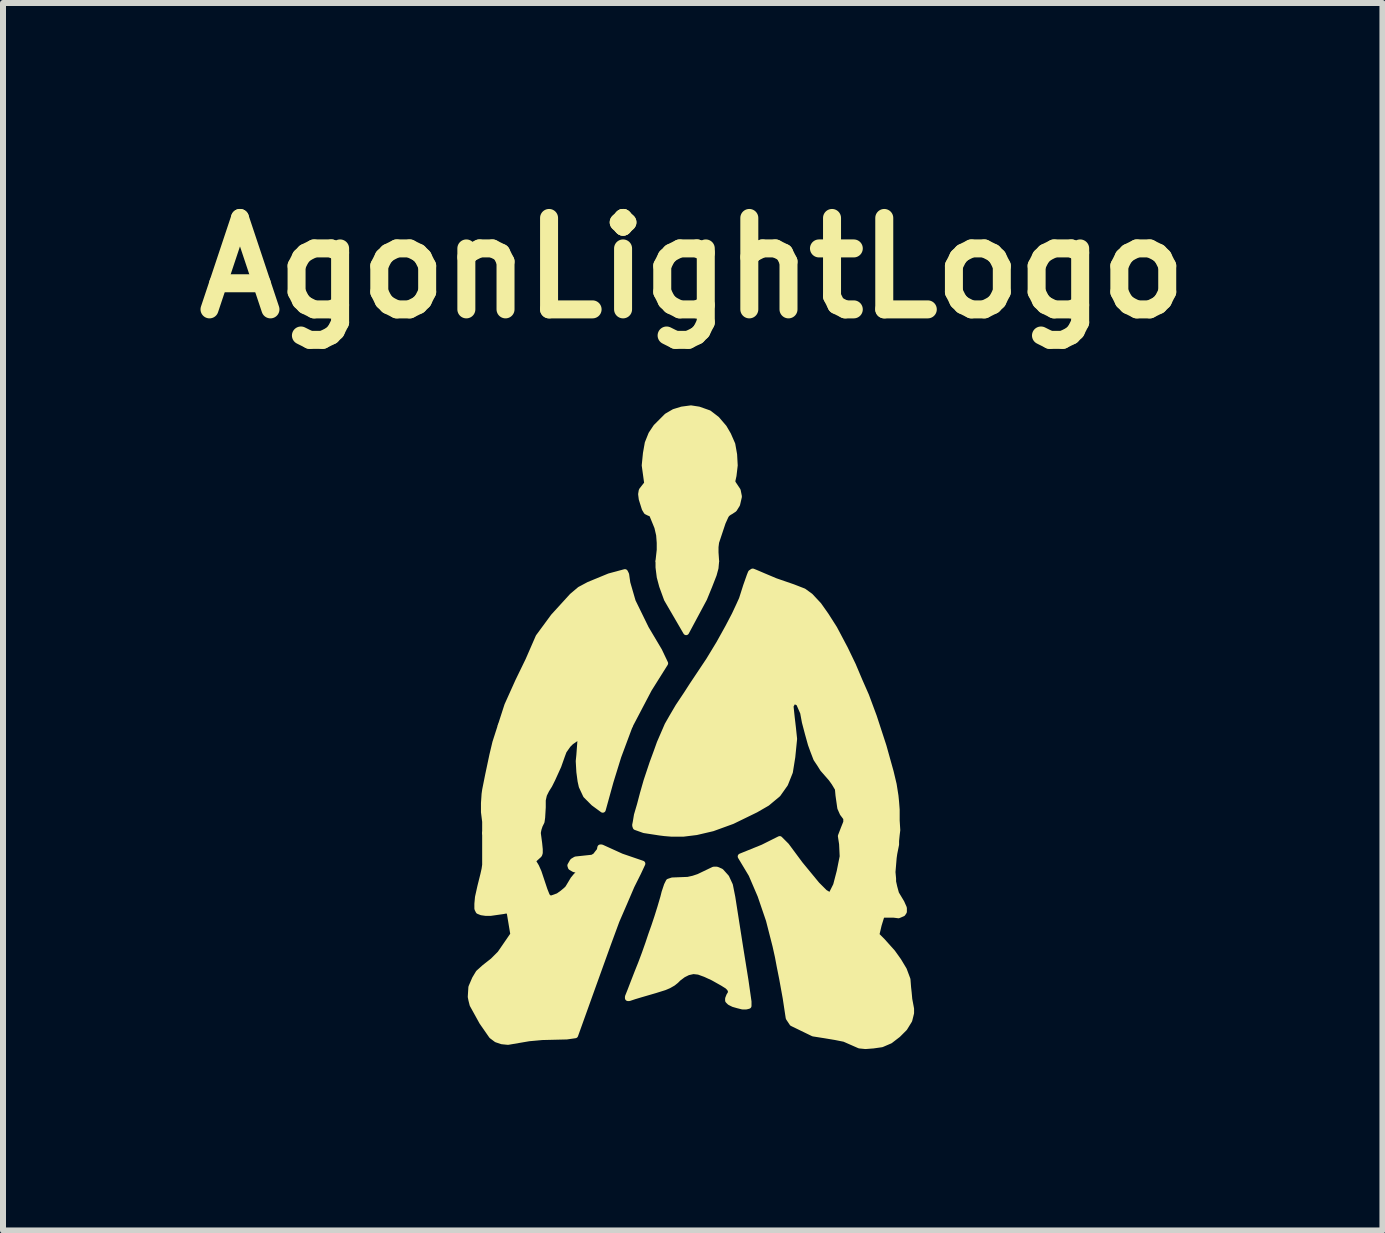
<source format=kicad_pcb>
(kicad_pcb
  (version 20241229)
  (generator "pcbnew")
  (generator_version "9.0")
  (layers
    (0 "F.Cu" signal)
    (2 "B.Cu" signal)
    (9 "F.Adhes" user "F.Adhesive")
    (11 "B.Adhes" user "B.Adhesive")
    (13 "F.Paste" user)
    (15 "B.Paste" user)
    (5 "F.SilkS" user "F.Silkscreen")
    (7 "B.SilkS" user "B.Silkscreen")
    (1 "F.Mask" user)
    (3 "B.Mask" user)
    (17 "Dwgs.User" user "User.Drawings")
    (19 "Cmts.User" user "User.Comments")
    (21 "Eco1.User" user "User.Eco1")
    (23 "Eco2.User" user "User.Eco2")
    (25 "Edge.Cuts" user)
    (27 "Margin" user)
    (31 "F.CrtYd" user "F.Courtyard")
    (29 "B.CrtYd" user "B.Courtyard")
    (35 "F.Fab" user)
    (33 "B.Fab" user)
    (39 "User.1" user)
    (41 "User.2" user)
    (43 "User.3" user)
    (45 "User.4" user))
  (footprint "AgonLightLogo"
    (layer "F.Cu")
    (at 8.498 9.038)
    (property "Reference" "AgonLightLogo" (at 0 -7.62 0) (layer "F.SilkS") (effects (font (size 1.524 1.524) (thickness 0.3))))
    (attr board_only exclude_from_pos_files exclude_from_bom allow_missing_courtyard)
    (fp_poly (pts (xy -0.57 -2.725) (xy -0.57 -2.63) (xy -0.55 -2.47) (xy -0.51 -2.32) (xy -0.43 -2.1) (xy -0.11 -1.55) (xy 0.19 -2.11) (xy 0.28 -2.33) (xy 0.35 -2.51) (xy 0.38 -2.62) (xy 0.39 -2.735)) (stroke (width 0.1) (type solid)) (fill yes) (layer "F.SilkS"))
    (fp_poly (pts (xy -1.13 -2.55) (xy -1.11 -2.51) (xy -1.09 -2.37) (xy -1 -2.06) (xy -0.78 -1.61) (xy -0.56 -1.24) (xy -0.46 -1.03) (xy -0.73 -0.6) (xy -1.05 0.01) (xy -3.2 0.01) (xy -3.09 -0.33) (xy -2.91 -0.73) (xy -2.74 -1.08) (xy -2.57 -1.47) (xy -2.32 -1.81) (xy -2.01 -2.15) (xy -1.88 -2.26) (xy -1.73 -2.34) (xy -1.39 -2.48)) (stroke (width 0.1) (type solid)) (fill yes) (layer "F.SilkS"))
    (fp_poly (pts (xy -0.76 -4.04) (xy -0.8 -4.33) (xy -0.78 -4.53) (xy -0.75 -4.7) (xy -0.69 -4.85) (xy -0.61 -4.97) (xy -0.43 -5.15) (xy -0.31 -5.22) (xy -0.18 -5.26) (xy -0.03 -5.28) (xy 0.1 -5.26) (xy 0.27 -5.2) (xy 0.4 -5.1) (xy 0.52 -4.96) (xy 0.59 -4.84) (xy 0.66 -4.68) (xy 0.69 -4.51) (xy 0.7 -4.33) (xy 0.68 -4.16) (xy 0.66 -4.07)) (stroke (width 0.1) (type solid)) (fill yes) (layer "F.SilkS"))
    (fp_poly (pts (xy -2.58 1.82) (xy -2.56 1.97) (xy -2.55 2.07) (xy -2.55 2.13) (xy -2.56 2.16) (xy -2.67 2.26) (xy -2.61 2.36) (xy -2.57 2.45) (xy -2.52 2.6) (xy -2.47 2.75) (xy -2.43 2.85) (xy -2.38 2.9) (xy -3.06 3.1) (xy -3.11 3.09) (xy -3.16 3.1) (xy -3.37 3.13) (xy -3.45 3.13) (xy -3.52 3.12) (xy -3.57 3.1) (xy -3.59 3.06) (xy -3.59 2.98) (xy -3.58 2.87) (xy -3.54 2.69) (xy -3.49 2.49) (xy -3.47 2.4) (xy -3.46 2.33) (xy -3.46 2.12) (xy -3.46 1.8)) (stroke (width 0.1) (type solid)) (fill yes) (layer "F.SilkS"))
    (fp_poly (pts (xy -0.78 -4) (xy -0.85 -3.91) (xy -0.86 -3.85) (xy -0.85 -3.77) (xy -0.8 -3.61) (xy -0.77 -3.56) (xy -0.73 -3.54) (xy -0.68 -3.52) (xy -0.59 -3.3) (xy -0.56 -3.17) (xy -0.55 -3.04) (xy -0.55 -2.92) (xy -0.57 -2.74) (xy 0.39 -2.73) (xy 0.38 -2.88) (xy 0.38 -2.97) (xy 0.39 -3.05) (xy 0.41 -3.11) (xy 0.5 -3.38) (xy 0.55 -3.49) (xy 0.57 -3.52) (xy 0.61 -3.55) (xy 0.63 -3.56) (xy 0.69 -3.6) (xy 0.74 -3.68) (xy 0.77 -3.81) (xy 0.75 -3.91) (xy 0.67 -4.03)) (stroke (width 0.1) (type solid)) (fill yes) (layer "F.SilkS"))
    (fp_poly (pts (xy -1.05 0.01) (xy -1.24 0.52) (xy -1.37 0.94) (xy -1.5 1.41) (xy -1.65 1.3) (xy -1.78 1.17) (xy -1.85 1.02) (xy -1.87 0.93) (xy -1.89 0.78) (xy -1.9 0.6) (xy -1.89 0.5) (xy -1.87 0.23) (xy -1.87 0.19) (xy -1.9 0.19) (xy -2.03 0.28) (xy -2.08 0.33) (xy -2.15 0.43) (xy -2.18 0.51) (xy -2.24 0.68) (xy -2.34 0.9) (xy -2.39 1) (xy -2.44 1.08) (xy -2.48 1.16) (xy -2.5 1.25) (xy -2.5 1.37) (xy -2.51 1.54) (xy -2.52 1.61) (xy -2.55 1.67) (xy -2.57 1.73) (xy -2.58 1.78) (xy -3.46 1.8) (xy -3.46 1.61) (xy -3.48 1.45) (xy -3.48 1.3) (xy -3.47 1.15) (xy -3.46 1.08) (xy -3.41 0.83) (xy -3.34 0.5) (xy -3.29 0.29) (xy -3.2 0.01)) (stroke (width 0.1) (type solid)) (fill yes) (layer "F.SilkS"))
    (fp_poly (pts (xy -2.38 2.9) (xy -2.24 2.85) (xy -2.17 2.8) (xy -2.11 2.75) (xy -2.08 2.72) (xy -1.99 2.57) (xy -1.94 2.51) (xy -1.87 2.46) (xy -1.87 2.43) (xy -1.98 2.4) (xy -2.03 2.37) (xy -2.04 2.34) (xy -2 2.27) (xy -1.95 2.24) (xy -1.67 2.21) (xy -1.62 2.18) (xy -1.59 2.14) (xy -1.55 2.09) (xy -1.54 2.04) (xy -1.52 2.04) (xy -1.19 2.19) (xy -0.84 2.31) (xy -0.91 2.46) (xy -1.02 2.68) (xy -1.14 2.96) (xy -1.27 3.26) (xy -1.41 3.64) (xy -1.68 4.39) (xy -1.96 5.17) (xy -2.1 5.19) (xy -2.51 5.2) (xy -2.73 5.22) (xy -3.08 5.28) (xy -3.18 5.27) (xy -3.27 5.24) (xy -3.35 5.18) (xy -3.51 4.95) (xy -3.67 4.66) (xy -3.69 4.58) (xy -3.7 4.53) (xy -3.69 4.37) (xy -3.63 4.23) (xy -3.57 4.13) (xy -3.47 4.04) (xy -3.33 3.93) (xy -3.21 3.81) (xy -2.99 3.49) (xy -3.05 3.13)) (stroke (width 0.1) (type solid)) (fill yes) (layer "F.SilkS"))
    (fp_poly (pts (xy -0.4 2.61) (xy -0.34 2.59) (xy -0.08 2.58) (xy 0.01 2.56) (xy 0.1 2.53) (xy 0.35 2.41) (xy 0.4 2.41) (xy 0.47 2.44) (xy 0.56 2.54) (xy 0.62 2.67) (xy 0.66 2.87) (xy 0.79 3.7) (xy 0.88 4.26) (xy 0.93 4.61) (xy 0.93 4.64) (xy 0.93 4.68) (xy 0.89 4.69) (xy 0.83 4.69) (xy 0.75 4.67) (xy 0.68 4.65) (xy 0.62 4.62) (xy 0.59 4.59) (xy 0.59 4.56) (xy 0.61 4.51) (xy 0.63 4.48) (xy 0.64 4.44) (xy 0.62 4.39) (xy 0.58 4.35) (xy 0.5 4.3) (xy 0.34 4.21) (xy 0.21 4.15) (xy 0.1 4.11) (xy 0.01 4.1) (xy -0.08 4.12) (xy -0.16 4.16) (xy -0.24 4.22) (xy -0.28 4.26) (xy -0.33 4.3) (xy -0.4 4.34) (xy -0.47 4.37) (xy -0.63 4.42) (xy -0.87 4.49) (xy -0.97 4.52) (xy -1.06 4.55) (xy -1.08 4.55) (xy -1.08 4.53) (xy -1.04 4.43) (xy -0.99 4.3) (xy -0.92 4.12) (xy -0.86 3.97) (xy -0.8 3.81) (xy -0.74 3.64) (xy -0.69 3.49) (xy -0.64 3.35) (xy -0.59 3.2) (xy -0.54 3.04) (xy -0.49 2.87) (xy -0.47 2.79) (xy -0.45 2.73) (xy -0.43 2.67) (xy -0.41 2.63)) (stroke (width 0.1) (type solid)) (fill yes) (layer "F.SilkS"))
    (fp_poly (pts (xy 1.05 1.41) (xy 1.24 1.3) (xy 1.42 1.15) (xy 1.54 0.98) (xy 1.62 0.78) (xy 1.66 0.53) (xy 1.69 0.23) (xy 1.67 0.04) (xy 1.65 -0.13) (xy 1.63 -0.32) (xy 1.68 -0.41) (xy 1.77 -0.37) (xy 1.84 -0.21) (xy 1.87 -0.05) (xy 1.92 0.14) (xy 1.97 0.32) (xy 2.01 0.43) (xy 2.06 0.56) (xy 2.12 0.65) (xy 2.17 0.73) (xy 2.24 0.81) (xy 2.31 0.89) (xy 2.36 0.96) (xy 2.42 1.06) (xy 2.43 1.17) (xy 2.46 1.38) (xy 2.5 1.47) (xy 2.56 1.55) (xy 2.56 1.62) (xy 2.52 1.72) (xy 2.47 1.85) (xy 2.49 1.98) (xy 2.5 2.19) (xy 2.45 2.44) (xy 2.39 2.67) (xy 2.3 2.85) (xy 2.2 2.79) (xy 2.07 2.66) (xy 1.79 2.32) (xy 1.56 2.01) (xy 1.45 1.9) (xy 1.17 2.04) (xy 0.8 2.19) (xy 0.98 2.49) (xy 1.13 2.84) (xy 1.27 3.25) (xy 1.38 3.68) (xy 1.42 3.86) (xy 1.45 4.02) (xy 1.49 4.22) (xy 1.55 4.55) (xy 1.6 4.88) (xy 1.66 4.97) (xy 2.01 5.14) (xy 2.2 5.17) (xy 2.38 5.2) (xy 2.53 5.23) (xy 2.78 5.34) (xy 2.88 5.35) (xy 3.01 5.34) (xy 3.15 5.32) (xy 3.29 5.26) (xy 3.42 5.16) (xy 3.53 5.05) (xy 3.61 4.92) (xy 3.64 4.8) (xy 3.64 4.73) (xy 3.61 4.57) (xy 3.6 4.46) (xy 3.59 4.37) (xy 3.58 4.24) (xy 3.52 4.08) (xy 3.43 3.93) (xy 3.33 3.79) (xy 3.16 3.6) (xy 3.06 3.5) (xy 3.1 3.33) (xy 3.14 3.2) (xy 3.16 3.16) (xy 3.2 3.16) (xy 3.26 3.16) (xy 3.35 3.16) (xy 3.43 3.17) (xy 3.5 3.14) (xy 3.52 3.11) (xy 3.52 3.05) (xy 3.48 2.96) (xy 3.42 2.86) (xy 3.39 2.81) (xy 3.36 2.7) (xy 3.34 2.61) (xy 3.34 2.56) (xy 3.33 2.45) (xy 3.34 2.33) (xy 3.35 2.21) (xy 3.36 2.14) (xy 3.39 1.99) (xy 3.39 1.93) (xy 3.4 1.83) (xy 3.41 1.75) (xy 3.4 1.59) (xy 3.4 1.41) (xy 3.39 1.28) (xy 3.38 1.18) (xy 3.35 0.99) (xy 3.3 0.78) (xy 3.18 0.35) (xy 3.02 -0.14) (xy 2.89 -0.49) (xy 2.78 -0.74) (xy 2.67 -1) (xy 2.54 -1.27) (xy 2.36 -1.61) (xy 2.22 -1.83) (xy 2.1 -2) (xy 1.96 -2.15) (xy 1.85 -2.23) (xy 1.67 -2.3) (xy 1.38 -2.4) (xy 1.19 -2.48) (xy 1.05 -2.54) (xy 1 -2.56) (xy 0.97 -2.54) (xy 0.95 -2.49) (xy 0.89 -2.32) (xy 0.82 -2.1) (xy 0.77 -1.99) (xy 0.7 -1.84) (xy 0.59 -1.63) (xy 0.44 -1.36) (xy 0.27 -1.08) (xy 0.11 -0.84) (xy -0.01 -0.66) (xy -0.1 -0.52) (xy -0.24 -0.31) (xy -0.34 -0.14) (xy -0.42 0) (xy -0.55 0.3) (xy -0.6 0.44) (xy -0.67 0.63) (xy -0.77 0.93) (xy -0.83 1.14) (xy -0.88 1.33) (xy -0.93 1.5) (xy -0.95 1.62) (xy -0.96 1.67) (xy -0.95 1.7) (xy -0.81 1.75) (xy -0.55 1.79) (xy -0.47 1.8) (xy -0.35 1.81) (xy -0.16 1.81) (xy 0.06 1.783) (xy 0.33 1.72) (xy 0.66 1.6)) (stroke (width 0.1) (type solid)) (fill yes) (layer "F.SilkS"))
    (fp_poly (pts (xy 3.789 5.419) (xy -3.768 5.419) (xy -3.768 4.509) (xy -3.704 4.509) (xy -3.702 4.563) (xy -3.693 4.612) (xy -3.674 4.666) (xy -3.64 4.734) (xy -3.588 4.826) (xy -3.577 4.846) (xy -3.488 4.995) (xy -3.411 5.11) (xy -3.34 5.193) (xy -3.268 5.247) (xy -3.19 5.277) (xy -3.099 5.284) (xy -2.989 5.273) (xy -2.853 5.247) (xy -2.826 5.241) (xy -2.73 5.225) (xy -2.607 5.213) (xy -2.47 5.207) (xy -2.413 5.206) (xy -2.301 5.204) (xy -2.196 5.2) (xy -2.109 5.195) (xy -2.055 5.19) (xy -1.962 5.175) (xy -1.84 4.847) (xy -1.796 4.729) (xy -1.742 4.582) (xy -1.729 4.545) (xy -1.094 4.545) (xy -1.09 4.558) (xy -1.056 4.553) (xy -1.013 4.539) (xy -0.954 4.519) (xy -0.867 4.493) (xy -0.765 4.464) (xy -0.691 4.443) (xy -0.564 4.407) (xy -0.467 4.375) (xy -0.392 4.342) (xy -0.328 4.304) (xy -0.266 4.255) (xy -0.226 4.22) (xy -0.148 4.159) (xy -0.073 4.121) (xy 0.007 4.106) (xy 0.096 4.116) (xy 0.2 4.149) (xy 0.326 4.208) (xy 0.478 4.294) (xy 0.492 4.302) (xy 0.574 4.354) (xy 0.62 4.398) (xy 0.634 4.44) (xy 0.62 4.487) (xy 0.601 4.519) (xy 0.582 4.563) (xy 0.583 4.594) (xy 0.619 4.625) (xy 0.68 4.654) (xy 0.755 4.679) (xy 0.831 4.695) (xy 0.894 4.7) (xy 0.933 4.69) (xy 0.935 4.688) (xy 0.938 4.684) (xy 0.939 4.675) (xy 0.939 4.657) (xy 0.936 4.627) (xy 0.93 4.581) (xy 0.921 4.516) (xy 0.908 4.427) (xy 0.89 4.311) (xy 0.867 4.164) (xy 0.838 3.982) (xy 0.807 3.789) (xy 0.78 3.616) (xy 0.754 3.448) (xy 0.73 3.292) (xy 0.709 3.154) (xy 0.692 3.042) (xy 0.68 2.962) (xy 0.678 2.942) (xy 0.65 2.777) (xy 0.615 2.647) (xy 0.57 2.548) (xy 0.526 2.487) (xy 0.463 2.428) (xy 0.401 2.403) (xy 0.331 2.412) (xy 0.244 2.452) (xy 0.224 2.464) (xy 0.088 2.531) (xy -0.059 2.569) (xy -0.228 2.582) (xy -0.243 2.582) (xy -0.337 2.588) (xy -0.395 2.603) (xy -0.407 2.612) (xy -0.424 2.643) (xy -0.448 2.707) (xy -0.475 2.792) (xy -0.496 2.871) (xy -0.53 2.989) (xy -0.576 3.139) (xy -0.634 3.313) (xy -0.699 3.503) (xy -0.769 3.703) (xy -0.842 3.904) (xy -0.915 4.1) (xy -0.986 4.282) (xy -1.05 4.443) (xy -1.094 4.545) (xy -1.729 4.545) (xy -1.683 4.417) (xy -1.621 4.245) (xy -1.562 4.078) (xy -1.538 4.011) (xy -1.448 3.756) (xy -1.368 3.536) (xy -1.295 3.343) (xy -1.228 3.173) (xy -1.164 3.018) (xy -1.1 2.873) (xy -1.034 2.73) (xy -0.987 2.632) (xy -0.829 2.311) (xy -1.008 2.255) (xy -1.116 2.217) (xy -1.236 2.168) (xy -1.348 2.117) (xy -1.366 2.107) (xy -1.451 2.065) (xy -1.506 2.042) (xy -1.535 2.036) (xy -1.545 2.047) (xy -1.545 2.05) (xy -1.558 2.089) (xy -1.589 2.139) (xy -1.596 2.148) (xy -1.625 2.18) (xy -1.658 2.2) (xy -1.706 2.213) (xy -1.782 2.221) (xy -1.811 2.224) (xy -1.899 2.233) (xy -1.956 2.245) (xy -1.993 2.264) (xy -2.015 2.286) (xy -2.044 2.336) (xy -2.036 2.375) (xy -1.989 2.404) (xy -1.921 2.423) (xy -1.873 2.439) (xy -1.868 2.46) (xy -1.905 2.485) (xy -1.91 2.487) (xy -1.953 2.519) (xy -1.995 2.57) (xy -2 2.578) (xy -2.042 2.646) (xy -2.084 2.714) (xy -2.085 2.715) (xy -2.122 2.757) (xy -2.18 2.802) (xy -2.247 2.843) (xy -2.313 2.876) (xy -2.366 2.892) (xy -2.391 2.89) (xy -2.425 2.85) (xy -2.462 2.774) (xy -2.499 2.669) (xy -2.523 2.582) (xy -2.55 2.492) (xy -2.583 2.407) (xy -2.615 2.345) (xy -2.615 2.344) (xy -2.669 2.263) (xy -2.602 2.207) (xy -2.574 2.184) (xy -2.556 2.162) (xy -2.546 2.135) (xy -2.544 2.095) (xy -2.55 2.033) (xy -2.562 1.943) (xy -2.573 1.861) (xy -2.577 1.78) (xy -2.557 1.708) (xy -2.542 1.677) (xy -2.541 1.672) (xy -0.963 1.672) (xy -0.959 1.695) (xy -0.913 1.721) (xy -0.834 1.746) (xy -0.729 1.77) (xy -0.606 1.791) (xy -0.475 1.806) (xy -0.349 1.814) (xy -0.156 1.816) (xy 0.024 1.803) (xy 0.201 1.773) (xy 0.38 1.725) (xy 0.57 1.656) (xy 0.778 1.564) (xy 0.995 1.457) (xy 1.146 1.377) (xy 1.265 1.309) (xy 1.357 1.247) (xy 1.427 1.184) (xy 1.482 1.117) (xy 1.527 1.038) (xy 1.569 0.942) (xy 1.597 0.867) (xy 1.632 0.74) (xy 1.658 0.579) (xy 1.676 0.392) (xy 1.684 0.187) (xy 1.682 -0.028) (xy 1.67 -0.246) (xy 1.663 -0.323) (xy 1.662 -0.379) (xy 1.674 -0.4) (xy 1.696 -0.39) (xy 1.724 -0.354) (xy 1.757 -0.294) (xy 1.793 -0.217) (xy 1.827 -0.125) (xy 1.859 -0.024) (xy 1.874 0.032) (xy 1.931 0.244) (xy 1.989 0.419) (xy 2.052 0.561) (xy 2.122 0.677) (xy 2.199 0.77) (xy 2.213 0.783) (xy 2.273 0.848) (xy 2.335 0.923) (xy 2.356 0.952) (xy 2.389 1.005) (xy 2.411 1.057) (xy 2.424 1.121) (xy 2.433 1.211) (xy 2.434 1.23) (xy 2.443 1.327) (xy 2.455 1.393) (xy 2.474 1.443) (xy 2.503 1.487) (xy 2.504 1.489) (xy 2.542 1.544) (xy 2.557 1.59) (xy 2.55 1.642) (xy 2.521 1.711) (xy 2.506 1.74) (xy 2.476 1.804) (xy 2.463 1.852) (xy 2.464 1.903) (xy 2.477 1.972) (xy 2.491 2.071) (xy 2.494 2.176) (xy 2.491 2.216) (xy 2.48 2.284) (xy 2.461 2.371) (xy 2.435 2.47) (xy 2.405 2.572) (xy 2.374 2.67) (xy 2.345 2.755) (xy 2.319 2.819) (xy 2.3 2.853) (xy 2.294 2.857) (xy 2.257 2.841) (xy 2.201 2.797) (xy 2.132 2.729) (xy 2.055 2.644) (xy 1.976 2.548) (xy 1.934 2.492) (xy 1.868 2.403) (xy 1.794 2.307) (xy 1.716 2.209) (xy 1.64 2.116) (xy 1.57 2.032) (xy 1.511 1.964) (xy 1.467 1.916) (xy 1.444 1.896) (xy 1.442 1.896) (xy 1.419 1.905) (xy 1.366 1.929) (xy 1.289 1.965) (xy 1.198 2.008) (xy 1.185 2.014) (xy 1.085 2.062) (xy 0.99 2.105) (xy 0.913 2.139) (xy 0.863 2.16) (xy 0.863 2.16) (xy 0.812 2.182) (xy 0.785 2.201) (xy 0.783 2.206) (xy 0.795 2.231) (xy 0.824 2.278) (xy 0.855 2.323) (xy 0.955 2.482) (xy 1.049 2.673) (xy 1.138 2.898) (xy 1.222 3.157) (xy 1.302 3.453) (xy 1.379 3.786) (xy 1.453 4.16) (xy 1.502 4.446) (xy 1.524 4.573) (xy 1.543 4.689) (xy 1.56 4.786) (xy 1.572 4.857) (xy 1.579 4.892) (xy 1.589 4.919) (xy 1.614 4.945) (xy 1.659 4.975) (xy 1.731 5.013) (xy 1.822 5.058) (xy 1.929 5.107) (xy 2.012 5.14) (xy 2.084 5.162) (xy 2.161 5.176) (xy 2.254 5.187) (xy 2.255 5.187) (xy 2.406 5.208) (xy 2.532 5.242) (xy 2.599 5.267) (xy 2.673 5.299) (xy 2.735 5.325) (xy 2.772 5.34) (xy 2.773 5.34) (xy 2.833 5.351) (xy 2.919 5.353) (xy 3.014 5.347) (xy 3.104 5.334) (xy 3.146 5.324) (xy 3.291 5.262) (xy 3.422 5.17) (xy 3.529 5.056) (xy 3.606 4.928) (xy 3.629 4.867) (xy 3.645 4.8) (xy 3.647 4.742) (xy 3.636 4.671) (xy 3.629 4.642) (xy 3.612 4.548) (xy 3.601 4.442) (xy 3.599 4.387) (xy 3.581 4.237) (xy 3.529 4.085) (xy 3.44 3.929) (xy 3.314 3.764) (xy 3.211 3.652) (xy 3.066 3.503) (xy 3.104 3.344) (xy 3.125 3.266) (xy 3.145 3.205) (xy 3.162 3.172) (xy 3.164 3.17) (xy 3.195 3.163) (xy 3.255 3.162) (xy 3.325 3.167) (xy 3.429 3.168) (xy 3.496 3.149) (xy 3.527 3.108) (xy 3.523 3.045) (xy 3.482 2.959) (xy 3.461 2.925) (xy 3.398 2.812) (xy 3.359 2.695) (xy 3.341 2.56) (xy 3.337 2.466) (xy 3.341 2.353) (xy 3.353 2.231) (xy 3.369 2.125) (xy 3.372 2.112) (xy 3.39 1.999) (xy 3.401 1.856) (xy 3.407 1.692) (xy 3.407 1.52) (xy 3.4 1.35) (xy 3.387 1.193) (xy 3.385 1.175) (xy 3.354 0.987) (xy 3.304 0.765) (xy 3.234 0.508) (xy 3.143 0.214) (xy 3.142 0.212) (xy 3.035 -0.104) (xy 2.921 -0.412) (xy 2.802 -0.708) (xy 2.679 -0.989) (xy 2.555 -1.251) (xy 2.43 -1.49) (xy 2.308 -1.702) (xy 2.19 -1.884) (xy 2.078 -2.032) (xy 1.987 -2.13) (xy 1.935 -2.176) (xy 1.886 -2.212) (xy 1.83 -2.243) (xy 1.758 -2.273) (xy 1.66 -2.307) (xy 1.604 -2.326) (xy 1.486 -2.366) (xy 1.366 -2.41) (xy 1.259 -2.453) (xy 1.182 -2.487) (xy 1.106 -2.522) (xy 1.041 -2.548) (xy 1.001 -2.56) (xy 0.995 -2.561) (xy 0.974 -2.544) (xy 0.948 -2.492) (xy 0.915 -2.403) (xy 0.892 -2.333) (xy 0.831 -2.157) (xy 0.757 -1.975) (xy 0.667 -1.783) (xy 0.559 -1.577) (xy 0.431 -1.354) (xy 0.28 -1.108) (xy 0.105 -0.837) (xy -0.001 -0.677) (xy -0.114 -0.508) (xy -0.207 -0.367) (xy -0.282 -0.247) (xy -0.344 -0.142) (xy -0.397 -0.046) (xy -0.445 0.048) (xy -0.49 0.147) (xy -0.537 0.257) (xy -0.538 0.26) (xy -0.585 0.377) (xy -0.634 0.512) (xy -0.686 0.661) (xy -0.737 0.817) (xy -0.787 0.975) (xy -0.833 1.131) (xy -0.875 1.278) (xy -0.91 1.411) (xy -0.938 1.524) (xy -0.956 1.613) (xy -0.963 1.672) (xy -2.541 1.672) (xy -2.519 1.622) (xy -2.506 1.562) (xy -2.499 1.482) (xy -2.498 1.393) (xy -2.497 1.301) (xy -2.491 1.232) (xy -2.478 1.174) (xy -2.452 1.114) (xy -2.41 1.041) (xy -2.363 0.964) (xy -2.331 0.903) (xy -2.291 0.815) (xy -2.25 0.713) (xy -2.219 0.629) (xy -2.174 0.511) (xy -2.13 0.415) (xy -2.092 0.349) (xy -2.078 0.332) (xy -2.033 0.29) (xy -1.978 0.248) (xy -1.927 0.214) (xy -1.888 0.194) (xy -1.874 0.193) (xy -1.873 0.217) (xy -1.876 0.271) (xy -1.882 0.347) (xy -1.885 0.37) (xy -1.901 0.592) (xy -1.9 0.779) (xy -1.879 0.937) (xy -1.836 1.071) (xy -1.772 1.185) (xy -1.684 1.284) (xy -1.618 1.338) (xy -1.562 1.38) (xy -1.52 1.409) (xy -1.503 1.418) (xy -1.494 1.399) (xy -1.477 1.347) (xy -1.455 1.269) (xy -1.431 1.18) (xy -1.386 1.011) (xy -1.33 0.824) (xy -1.269 0.628) (xy -1.205 0.438) (xy -1.143 0.263) (xy -1.087 0.115) (xy -1.078 0.094) (xy -0.975 -0.139) (xy -0.867 -0.353) (xy -0.746 -0.565) (xy -0.628 -0.75) (xy -0.448 -1.024) (xy -0.533 -1.193) (xy -0.586 -1.293) (xy -0.65 -1.408) (xy -0.713 -1.514) (xy -0.725 -1.532) (xy -0.818 -1.691) (xy -0.902 -1.856) (xy -0.975 -2.021) (xy -1.035 -2.178) (xy -1.077 -2.319) (xy -1.098 -2.437) (xy -1.101 -2.479) (xy -1.108 -2.527) (xy -1.122 -2.55) (xy -1.15 -2.549) (xy -1.21 -2.535) (xy -1.292 -2.51) (xy -1.389 -2.478) (xy -1.492 -2.442) (xy -1.594 -2.403) (xy -1.685 -2.366) (xy -1.758 -2.333) (xy -1.778 -2.322) (xy -1.852 -2.281) (xy -1.912 -2.243) (xy -1.966 -2.203) (xy -2.021 -2.153) (xy -2.083 -2.089) (xy -2.16 -2.002) (xy -2.234 -1.916) (xy -2.341 -1.791) (xy -2.425 -1.69) (xy -2.489 -1.605) (xy -2.539 -1.529) (xy -2.58 -1.455) (xy -2.617 -1.376) (xy -2.654 -1.284) (xy -2.66 -1.27) (xy -2.706 -1.158) (xy -2.765 -1.032) (xy -2.826 -0.911) (xy -2.849 -0.868) (xy -2.994 -0.583) (xy -3.121 -0.276) (xy -3.232 0.06) (xy -3.33 0.43) (xy -3.363 0.572) (xy -3.403 0.76) (xy -3.435 0.915) (xy -3.458 1.043) (xy -3.474 1.151) (xy -3.484 1.247) (xy -3.488 1.336) (xy -3.487 1.427) (xy -3.482 1.527) (xy -3.481 1.554) (xy -3.473 1.694) (xy -3.467 1.853) (xy -3.463 2.009) (xy -3.463 2.106) (xy -3.464 2.233) (xy -3.469 2.331) (xy -3.48 2.417) (xy -3.498 2.503) (xy -3.521 2.591) (xy -3.56 2.744) (xy -3.585 2.878) (xy -3.595 2.986) (xy -3.59 3.064) (xy -3.57 3.108) (xy -3.569 3.109) (xy -3.522 3.128) (xy -3.443 3.135) (xy -3.343 3.131) (xy -3.232 3.116) (xy -3.199 3.11) (xy -3.125 3.099) (xy -3.077 3.101) (xy -3.066 3.106) (xy -3.055 3.134) (xy -3.041 3.194) (xy -3.027 3.274) (xy -3.023 3.309) (xy -2.998 3.492) (xy -3.117 3.667) (xy -3.197 3.78) (xy -3.267 3.866) (xy -3.336 3.935) (xy -3.414 3.996) (xy -3.463 4.029) (xy -3.573 4.12) (xy -3.648 4.228) (xy -3.691 4.358) (xy -3.704 4.509) (xy -3.768 4.509) (xy -3.768 -3.853) (xy -0.865 -3.853) (xy -0.858 -3.78) (xy -0.836 -3.696) (xy -0.805 -3.609) (xy -0.774 -3.558) (xy -0.738 -3.537) (xy -0.719 -3.535) (xy -0.691 -3.519) (xy -0.659 -3.47) (xy -0.623 -3.392) (xy -0.589 -3.286) (xy -0.565 -3.163) (xy -0.552 -3.037) (xy -0.551 -2.922) (xy -0.564 -2.83) (xy -0.569 -2.813) (xy -0.58 -2.742) (xy -0.579 -2.643) (xy -0.565 -2.525) (xy -0.541 -2.4) (xy -0.508 -2.278) (xy -0.495 -2.238) (xy -0.464 -2.162) (xy -0.415 -2.063) (xy -0.357 -1.951) (xy -0.293 -1.839) (xy -0.279 -1.815) (xy -0.222 -1.721) (xy -0.173 -1.641) (xy -0.137 -1.582) (xy -0.116 -1.549) (xy -0.114 -1.545) (xy -0.102 -1.562) (xy -0.075 -1.607) (xy -0.037 -1.67) (xy -0.026 -1.688) (xy 0.101 -1.918) (xy 0.214 -2.152) (xy 0.305 -2.374) (xy 0.33 -2.447) (xy 0.363 -2.549) (xy 0.384 -2.625) (xy 0.394 -2.687) (xy 0.395 -2.748) (xy 0.39 -2.82) (xy 0.385 -2.899) (xy 0.387 -2.97) (xy 0.398 -3.043) (xy 0.419 -3.127) (xy 0.453 -3.232) (xy 0.492 -3.34) (xy 0.525 -3.428) (xy 0.551 -3.484) (xy 0.578 -3.518) (xy 0.61 -3.54) (xy 0.629 -3.549) (xy 0.694 -3.595) (xy 0.741 -3.673) (xy 0.771 -3.787) (xy 0.775 -3.818) (xy 0.78 -3.879) (xy 0.767 -3.925) (xy 0.731 -3.974) (xy 0.723 -3.983) (xy 0.683 -4.033) (xy 0.669 -4.07) (xy 0.674 -4.113) (xy 0.679 -4.13) (xy 0.695 -4.221) (xy 0.702 -4.338) (xy 0.698 -4.465) (xy 0.684 -4.587) (xy 0.662 -4.689) (xy 0.661 -4.691) (xy 0.614 -4.808) (xy 0.547 -4.927) (xy 0.471 -5.034) (xy 0.395 -5.115) (xy 0.395 -5.115) (xy 0.259 -5.205) (xy 0.109 -5.261) (xy -0.046 -5.282) (xy -0.2 -5.265) (xy -0.321 -5.222) (xy -0.424 -5.157) (xy -0.529 -5.066) (xy -0.623 -4.962) (xy -0.692 -4.859) (xy -0.696 -4.852) (xy -0.754 -4.704) (xy -0.79 -4.533) (xy -0.805 -4.355) (xy -0.795 -4.184) (xy -0.782 -4.108) (xy -0.771 -4.048) (xy -0.776 -4.009) (xy -0.801 -3.973) (xy -0.814 -3.959) (xy -0.851 -3.909) (xy -0.865 -3.853) (xy -3.768 -3.853) (xy -3.768 -5.397) (xy 3.789 -5.397) (xy 3.789 5.419)) (stroke (width 0.01) (type solid)) (fill no) (layer "Eco1.User")))
  (gr_rect
    (start -3 -3)
    (end 19.996 17.462)
    (stroke (width 0.1) (type default))
    (fill no)
    (layer "Edge.Cuts")))
</source>
